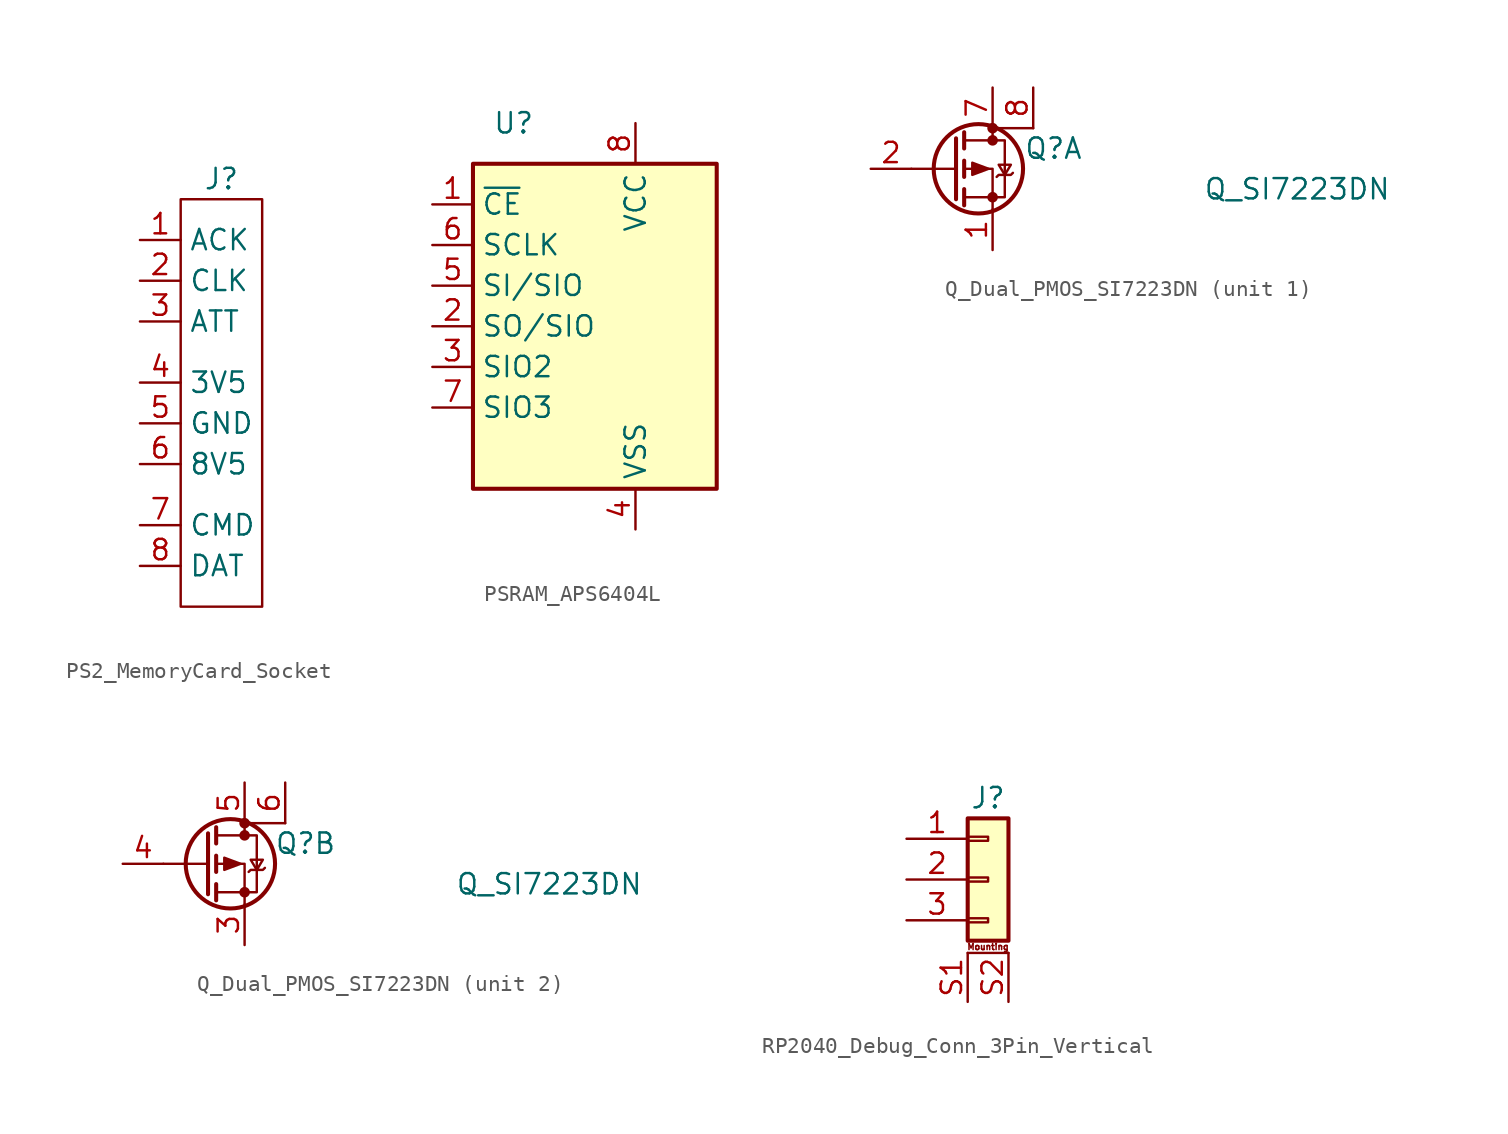
<source format=kicad_sym>
(kicad_symbol_lib
  (version 20220914)
  (generator kicad_symbol_editor)
  (symbol "PS2_MemoryCard_Socket"
    (property "Reference" "J"
      (at 2.54 1.27 0)
      (effects (font (size 1.27 1.27))))
    (property "Value" ""
      (at 0 5.08 0)
      (effects (font (size 1.27 1.27))))
    (symbol "PS2_MemoryCard_Socket_0_1"
      (rectangle (start 0 0) (end 5.08 -25.4) (stroke (width 0) (type default)) (fill (type none))))
    (symbol "PS2_MemoryCard_Socket_1_1"
      (pin input line (at -2.54 -2.54 0) (length 2.54) (name "ACK" (effects (font (size 1.27 1.27)))) (number "1" (effects (font (size 1.27 1.27)))))
      (pin input line (at -2.54 -5.08 0) (length 2.54) (name "CLK" (effects (font (size 1.27 1.27)))) (number "2" (effects (font (size 1.27 1.27)))))
      (pin input line (at -2.54 -7.62 0) (length 2.54) (name "ATT" (effects (font (size 1.27 1.27)))) (number "3" (effects (font (size 1.27 1.27)))))
      (pin input line (at -2.54 -11.43 0) (length 2.54) (name "3V5" (effects (font (size 1.27 1.27)))) (number "4" (effects (font (size 1.27 1.27)))))
      (pin input line (at -2.54 -13.97 0) (length 2.54) (name "GND" (effects (font (size 1.27 1.27)))) (number "5" (effects (font (size 1.27 1.27)))))
      (pin input line (at -2.54 -16.51 0) (length 2.54) (name "8V5" (effects (font (size 1.27 1.27)))) (number "6" (effects (font (size 1.27 1.27)))))
      (pin input line (at -2.54 -20.32 0) (length 2.54) (name "CMD" (effects (font (size 1.27 1.27)))) (number "7" (effects (font (size 1.27 1.27)))))
      (pin input line (at -2.54 -22.86 0) (length 2.54) (name "DAT" (effects (font (size 1.27 1.27)))) (number "8" (effects (font (size 1.27 1.27)))))))
  (symbol "PSRAM_APS6404L"
    (property "Reference" "U"
      (at -5.08 10.16 0)
      (effects (font (size 1.27 1.27))))
    (property "Value" ""
      (at -5.08 10.16 0)
      (effects (font (size 1.27 1.27))))
    (symbol "PSRAM_APS6404L_0_1"
      (rectangle (start -7.62 -12.7) (end 7.62 7.62) (stroke (width 0.254) (type default)) (fill (type background))))
    (symbol "PSRAM_APS6404L_1_1"
      (pin input line (at -10.16 5.08 0) (length 2.54) (name "~{CE}" (effects (font (size 1.27 1.27)))) (number "1" (effects (font (size 1.27 1.27)))))
      (pin output line (at -10.16 -2.54 0) (length 2.54) (name "SO/SIO" (effects (font (size 1.27 1.27)))) (number "2" (effects (font (size 1.27 1.27)))))
      (pin bidirectional line (at -10.16 -5.08 0) (length 2.54) (name "SIO2" (effects (font (size 1.27 1.27)))) (number "3" (effects (font (size 1.27 1.27)))))
      (pin power_in line (at 2.54 -15.24 90) (length 2.54) (name "VSS" (effects (font (size 1.27 1.27)))) (number "4" (effects (font (size 1.27 1.27)))))
      (pin input line (at -10.16 0 0) (length 2.54) (name "SI/SIO" (effects (font (size 1.27 1.27)))) (number "5" (effects (font (size 1.27 1.27)))))
      (pin output line (at -10.16 2.54 0) (length 2.54) (name "SCLK" (effects (font (size 1.27 1.27)))) (number "6" (effects (font (size 1.27 1.27)))))
      (pin bidirectional line (at -10.16 -7.62 0) (length 2.54) (name "SIO3" (effects (font (size 1.27 1.27)))) (number "7" (effects (font (size 1.27 1.27)))))
      (pin power_in line (at 2.54 10.16 270) (length 2.54) (name "VCC" (effects (font (size 1.27 1.27)))) (number "8" (effects (font (size 1.27 1.27)))))))
  (symbol "Q_Dual_PMOS_SI7223DN"
    (pin_names
      (offset 0) hide)
    (property "Reference" "Q"
      (at 6.35 1.27 0)
      (effects (font (size 1.27 1.27))))
    (property "Value" "Q_SI7223DN"
      (at 21.59 -1.27 0)
      (effects (font (size 1.27 1.27))))
    (symbol "Q_Dual_PMOS_SI7223DN_0_1"
      (polyline (pts (xy 0.254 0) (xy -2.54 0)) (stroke (width 0) (type default)) (fill (type none)))
      (polyline (pts (xy 0.254 1.905) (xy 0.254 -1.905)) (stroke (width 0.254) (type default)) (fill (type none)))
      (polyline (pts (xy 0.762 -1.27) (xy 0.762 -2.286)) (stroke (width 0.254) (type default)) (fill (type none)))
      (polyline (pts (xy 0.762 0.508) (xy 0.762 -0.508)) (stroke (width 0.254) (type default)) (fill (type none)))
      (polyline (pts (xy 0.762 2.286) (xy 0.762 1.27)) (stroke (width 0.254) (type default)) (fill (type none)))
      (polyline (pts (xy 2.54 2.54) (xy 2.54 1.778)) (stroke (width 0) (type default)) (fill (type none)))
      (polyline (pts (xy 2.54 -2.54) (xy 2.54 0) (xy 0.762 0)) (stroke (width 0) (type default)) (fill (type none)))
      (polyline (pts (xy 0.762 1.778) (xy 3.302 1.778) (xy 3.302 -1.778) (xy 0.762 -1.778)) (stroke (width 0) (type default)) (fill (type none)))
      (polyline (pts (xy 2.286 0) (xy 1.27 0.381) (xy 1.27 -0.381) (xy 2.286 0)) (stroke (width 0) (type default)) (fill (type outline)))
      (polyline (pts (xy 2.794 -0.508) (xy 2.921 -0.381) (xy 3.683 -0.381) (xy 3.81 -0.254)) (stroke (width 0) (type default)) (fill (type none)))
      (polyline (pts (xy 3.302 -0.381) (xy 2.921 0.254) (xy 3.683 0.254) (xy 3.302 -0.381)) (stroke (width 0) (type default)) (fill (type none)))
      (circle (center 1.651 0) (radius 2.794) (stroke (width 0.254) (type default)) (fill (type none)))
      (circle (center 2.54 -1.778) (radius 0.254) (stroke (width 0) (type default)) (fill (type outline)))
      (circle (center 2.54 1.778) (radius 0.254) (stroke (width 0) (type default)) (fill (type outline)))
      (circle (center 2.54 2.54) (radius 0.254) (stroke (width 0) (type default)) (fill (type outline)))
      (rectangle (start 5.08 2.54) (end 2.54 2.54) (stroke (width 0) (type default)) (fill (type none))))
    (symbol "Q_Dual_PMOS_SI7223DN_1_1"
      (pin passive line (at 2.54 -5.08 90) (length 2.54) (name "S" (effects (font (size 1.27 1.27)))) (number "1" (effects (font (size 1.27 1.27)))))
      (pin input line (at -5.08 0 0) (length 2.54) (name "G" (effects (font (size 1.27 1.27)))) (number "2" (effects (font (size 1.27 1.27)))))
      (pin passive line (at 2.54 5.08 270) (length 2.54) (name "D" (effects (font (size 1.27 1.27)))) (number "7" (effects (font (size 1.27 1.27)))))
      (pin passive line (at 5.08 5.08 270) (length 2.54) (name "G" (effects (font (size 1.27 1.27)))) (number "8" (effects (font (size 1.27 1.27))))))
    (symbol "Q_Dual_PMOS_SI7223DN_2_1"
      (pin passive line (at 2.54 -5.08 90) (length 2.54) (name "S" (effects (font (size 1.27 1.27)))) (number "3" (effects (font (size 1.27 1.27)))))
      (pin input line (at -5.08 0 0) (length 2.54) (name "G" (effects (font (size 1.27 1.27)))) (number "4" (effects (font (size 1.27 1.27)))))
      (pin passive line (at 2.54 5.08 270) (length 2.54) (name "D" (effects (font (size 1.27 1.27)))) (number "5" (effects (font (size 1.27 1.27)))))
      (pin passive line (at 5.08 5.08 270) (length 2.54) (name "G" (effects (font (size 1.27 1.27)))) (number "6" (effects (font (size 1.27 1.27)))))))
  (symbol "RP2040_Debug_Conn_3Pin_Vertical"
    (pin_names
      (offset 1.016) hide)
    (property "Reference" "J"
      (at 0 5.08 0)
      (effects (font (size 1.27 1.27))))
    (symbol "RP2040_Debug_Conn_3Pin_Vertical_1_1"
      (rectangle (start -1.27 -2.413) (end 0 -2.667) (stroke (width 0.152) (type default)) (fill (type none)))
      (rectangle (start -1.27 0.127) (end 0 -0.127) (stroke (width 0.152) (type default)) (fill (type none)))
      (rectangle (start -1.27 2.667) (end 0 2.413) (stroke (width 0.152) (type default)) (fill (type none)))
      (rectangle (start -1.27 3.81) (end 1.27 -3.81) (stroke (width 0.254) (type default)) (fill (type background)))
      (polyline (pts (xy -1.27 -4.572) (xy 1.27 -4.572)) (stroke (width 0.152) (type default)) (fill (type none)))
      (text "Mounting" (at 0 -4.191 0) (effects (font (size 0.381 0.381))))
      (pin passive line (at -5.08 2.54 0) (length 3.81) (name "Pin_1" (effects (font (size 1.27 1.27)))) (number "1" (effects (font (size 1.27 1.27)))))
      (pin passive line (at -5.08 0 0) (length 3.81) (name "Pin_2" (effects (font (size 1.27 1.27)))) (number "2" (effects (font (size 1.27 1.27)))))
      (pin passive line (at -5.08 -2.54 0) (length 3.81) (name "Pin_3" (effects (font (size 1.27 1.27)))) (number "3" (effects (font (size 1.27 1.27)))))
      (pin passive line (at -1.27 -7.62 90) (length 3.048) (name "MountPin" (effects (font (size 1.27 1.27)))) (number "S1" (effects (font (size 1.27 1.27)))))
      (pin passive line (at 1.27 -7.62 90) (length 3.048) (name "MountPin" (effects (font (size 1.27 1.27)))) (number "S2" (effects (font (size 1.27 1.27))))))))
</source>
